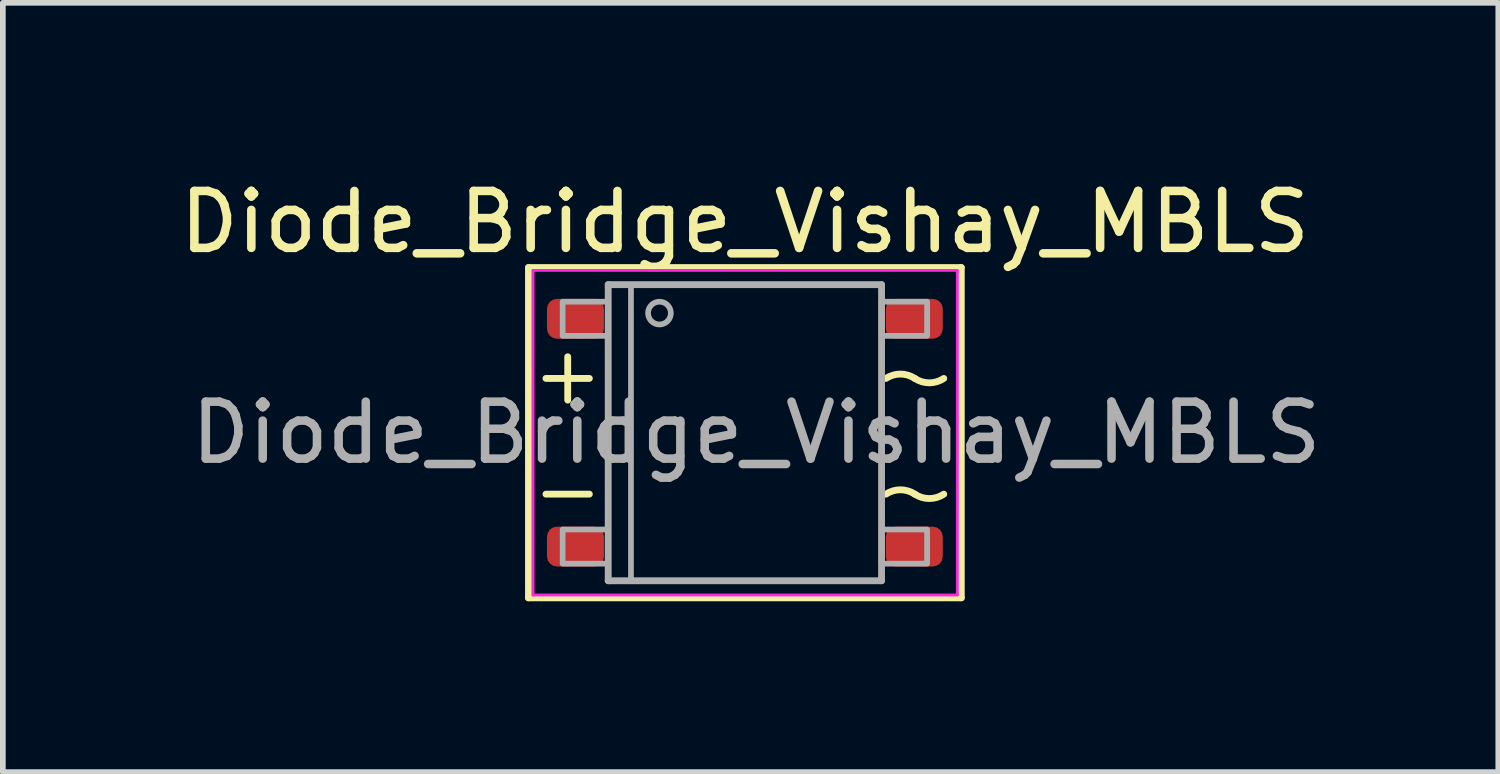
<source format=kicad_pcb>
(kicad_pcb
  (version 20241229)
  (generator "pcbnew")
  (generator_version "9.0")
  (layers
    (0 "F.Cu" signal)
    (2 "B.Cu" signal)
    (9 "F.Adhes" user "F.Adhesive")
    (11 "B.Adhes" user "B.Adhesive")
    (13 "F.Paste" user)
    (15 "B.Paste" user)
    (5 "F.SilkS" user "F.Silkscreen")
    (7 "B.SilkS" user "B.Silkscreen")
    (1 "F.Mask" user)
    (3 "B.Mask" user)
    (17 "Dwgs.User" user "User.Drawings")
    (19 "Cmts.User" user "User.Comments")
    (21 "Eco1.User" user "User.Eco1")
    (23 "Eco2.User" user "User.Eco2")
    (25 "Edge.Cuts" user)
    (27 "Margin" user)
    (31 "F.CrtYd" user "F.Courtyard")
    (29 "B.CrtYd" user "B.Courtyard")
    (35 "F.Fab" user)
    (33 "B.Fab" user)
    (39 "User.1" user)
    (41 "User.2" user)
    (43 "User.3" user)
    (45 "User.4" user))
  (footprint "Diode_Bridge_Vishay_MBLS"
    (layer "F.Cu")
    (at 10.03 4.548)
    (property "Reference" "Diode_Bridge_Vishay_MBLS" (at 0 -3.7 0) (layer "F.SilkS") (effects (font (size 1 1) (thickness 0.15))))
    (attr smd)
    (fp_line (start -3.8 -2.9) (end -3.8 2.9) (stroke (width 0.12) (type solid)) (layer "F.SilkS"))
    (fp_line (start -3.8 2.9) (end 3.8 2.9) (stroke (width 0.12) (type solid)) (layer "F.SilkS"))
    (fp_line (start -3.493 -0.953) (end -2.731 -0.953) (stroke (width 0.12) (type solid)) (layer "F.SilkS"))
    (fp_line (start -3.493 1.079) (end -2.731 1.079) (stroke (width 0.12) (type solid)) (layer "F.SilkS"))
    (fp_line (start -3.111 -1.333) (end -3.111 -0.572) (stroke (width 0.12) (type solid)) (layer "F.SilkS"))
    (fp_line (start 3.8 -2.9) (end -3.8 -2.9) (stroke (width 0.12) (type solid)) (layer "F.SilkS"))
    (fp_line (start 3.8 2.9) (end 3.8 -2.9) (stroke (width 0.12) (type solid)) (layer "F.SilkS"))
    (fp_arc (start 2.476501 -0.952499) (mid 2.7305 -1.029404) (end 2.984499 -0.952499) (stroke (width 0.12) (type solid)) (layer "F.SilkS"))
    (fp_arc (start 2.476501 1.079501) (mid 2.7305 1.002596) (end 2.984499 1.079501) (stroke (width 0.12) (type solid)) (layer "F.SilkS"))
    (fp_arc (start 3.4925 -0.9525) (mid 3.238501 -0.875595) (end 2.984502 -0.9525) (stroke (width 0.12) (type solid)) (layer "F.SilkS"))
    (fp_arc (start 3.4925 1.0795) (mid 3.238501 1.156405) (end 2.984502 1.0795) (stroke (width 0.12) (type solid)) (layer "F.SilkS"))
    (fp_line (start -3.72 -2.85) (end -3.72 2.85) (stroke (width 0.05) (type solid)) (layer "F.CrtYd"))
    (fp_line (start -3.72 -2.85) (end 3.73 -2.85) (stroke (width 0.05) (type solid)) (layer "F.CrtYd"))
    (fp_line (start 3.73 2.85) (end -3.72 2.85) (stroke (width 0.05) (type solid)) (layer "F.CrtYd"))
    (fp_line (start 3.73 2.85) (end 3.73 -2.85) (stroke (width 0.05) (type solid)) (layer "F.CrtYd"))
    (fp_line (start -2.4 -2.6) (end -2.4 2.6) (stroke (width 0.12) (type solid)) (layer "F.Fab"))
    (fp_line (start -2.4 2.6) (end 2.4 2.6) (stroke (width 0.12) (type solid)) (layer "F.Fab"))
    (fp_line (start -2 -2.6) (end -2 2.6) (stroke (width 0.1) (type solid)) (layer "F.Fab"))
    (fp_line (start 2.4 -2.6) (end -2.4 -2.6) (stroke (width 0.12) (type solid)) (layer "F.Fab"))
    (fp_line (start 2.4 2.6) (end 2.4 -2.6) (stroke (width 0.12) (type solid)) (layer "F.Fab"))
    (fp_rect (start -3.2 -2.3) (end -2.4 -1.7) (stroke (width 0.1) (type solid)) (fill no) (layer "F.Fab"))
    (fp_rect (start -3.2 1.7) (end -2.4 2.3) (stroke (width 0.1) (type solid)) (fill no) (layer "F.Fab"))
    (fp_rect (start 2.4 -2.3) (end 3.2 -1.7) (stroke (width 0.1) (type solid)) (fill no) (layer "F.Fab"))
    (fp_rect (start 2.4 1.7) (end 3.2 2.3) (stroke (width 0.1) (type solid)) (fill no) (layer "F.Fab"))
    (fp_circle (center -1.5 -2.1) (end -1.3 -2.1) (stroke (width 0.1) (type solid)) (fill no) (layer "F.Fab"))
    (fp_text user "${REFERENCE}" (at 0.2 0 0) (layer "F.Fab") (effects (font (size 1 1) (thickness 0.15))))
    (pad "1" smd roundrect (at -2.975 -2) (size 1 0.7) (layers "F.Cu" "F.Mask" "F.Paste") (roundrect_rratio 0.25))
    (pad "2" smd roundrect (at -2.975 2) (size 1 0.7) (layers "F.Cu" "F.Mask" "F.Paste") (roundrect_rratio 0.25))
    (pad "3" smd roundrect (at 2.975 2) (size 1 0.7) (layers "F.Cu" "F.Mask" "F.Paste") (roundrect_rratio 0.25))
    (pad "4" smd roundrect (at 2.975 -2) (size 1 0.7) (layers "F.Cu" "F.Mask" "F.Paste") (roundrect_rratio 0.25)))
  (gr_rect
    (start -3 -3)
    (end 23.26 10.508)
    (stroke (width 0.1) (type default))
    (fill no)
    (layer "Edge.Cuts")))
</source>
